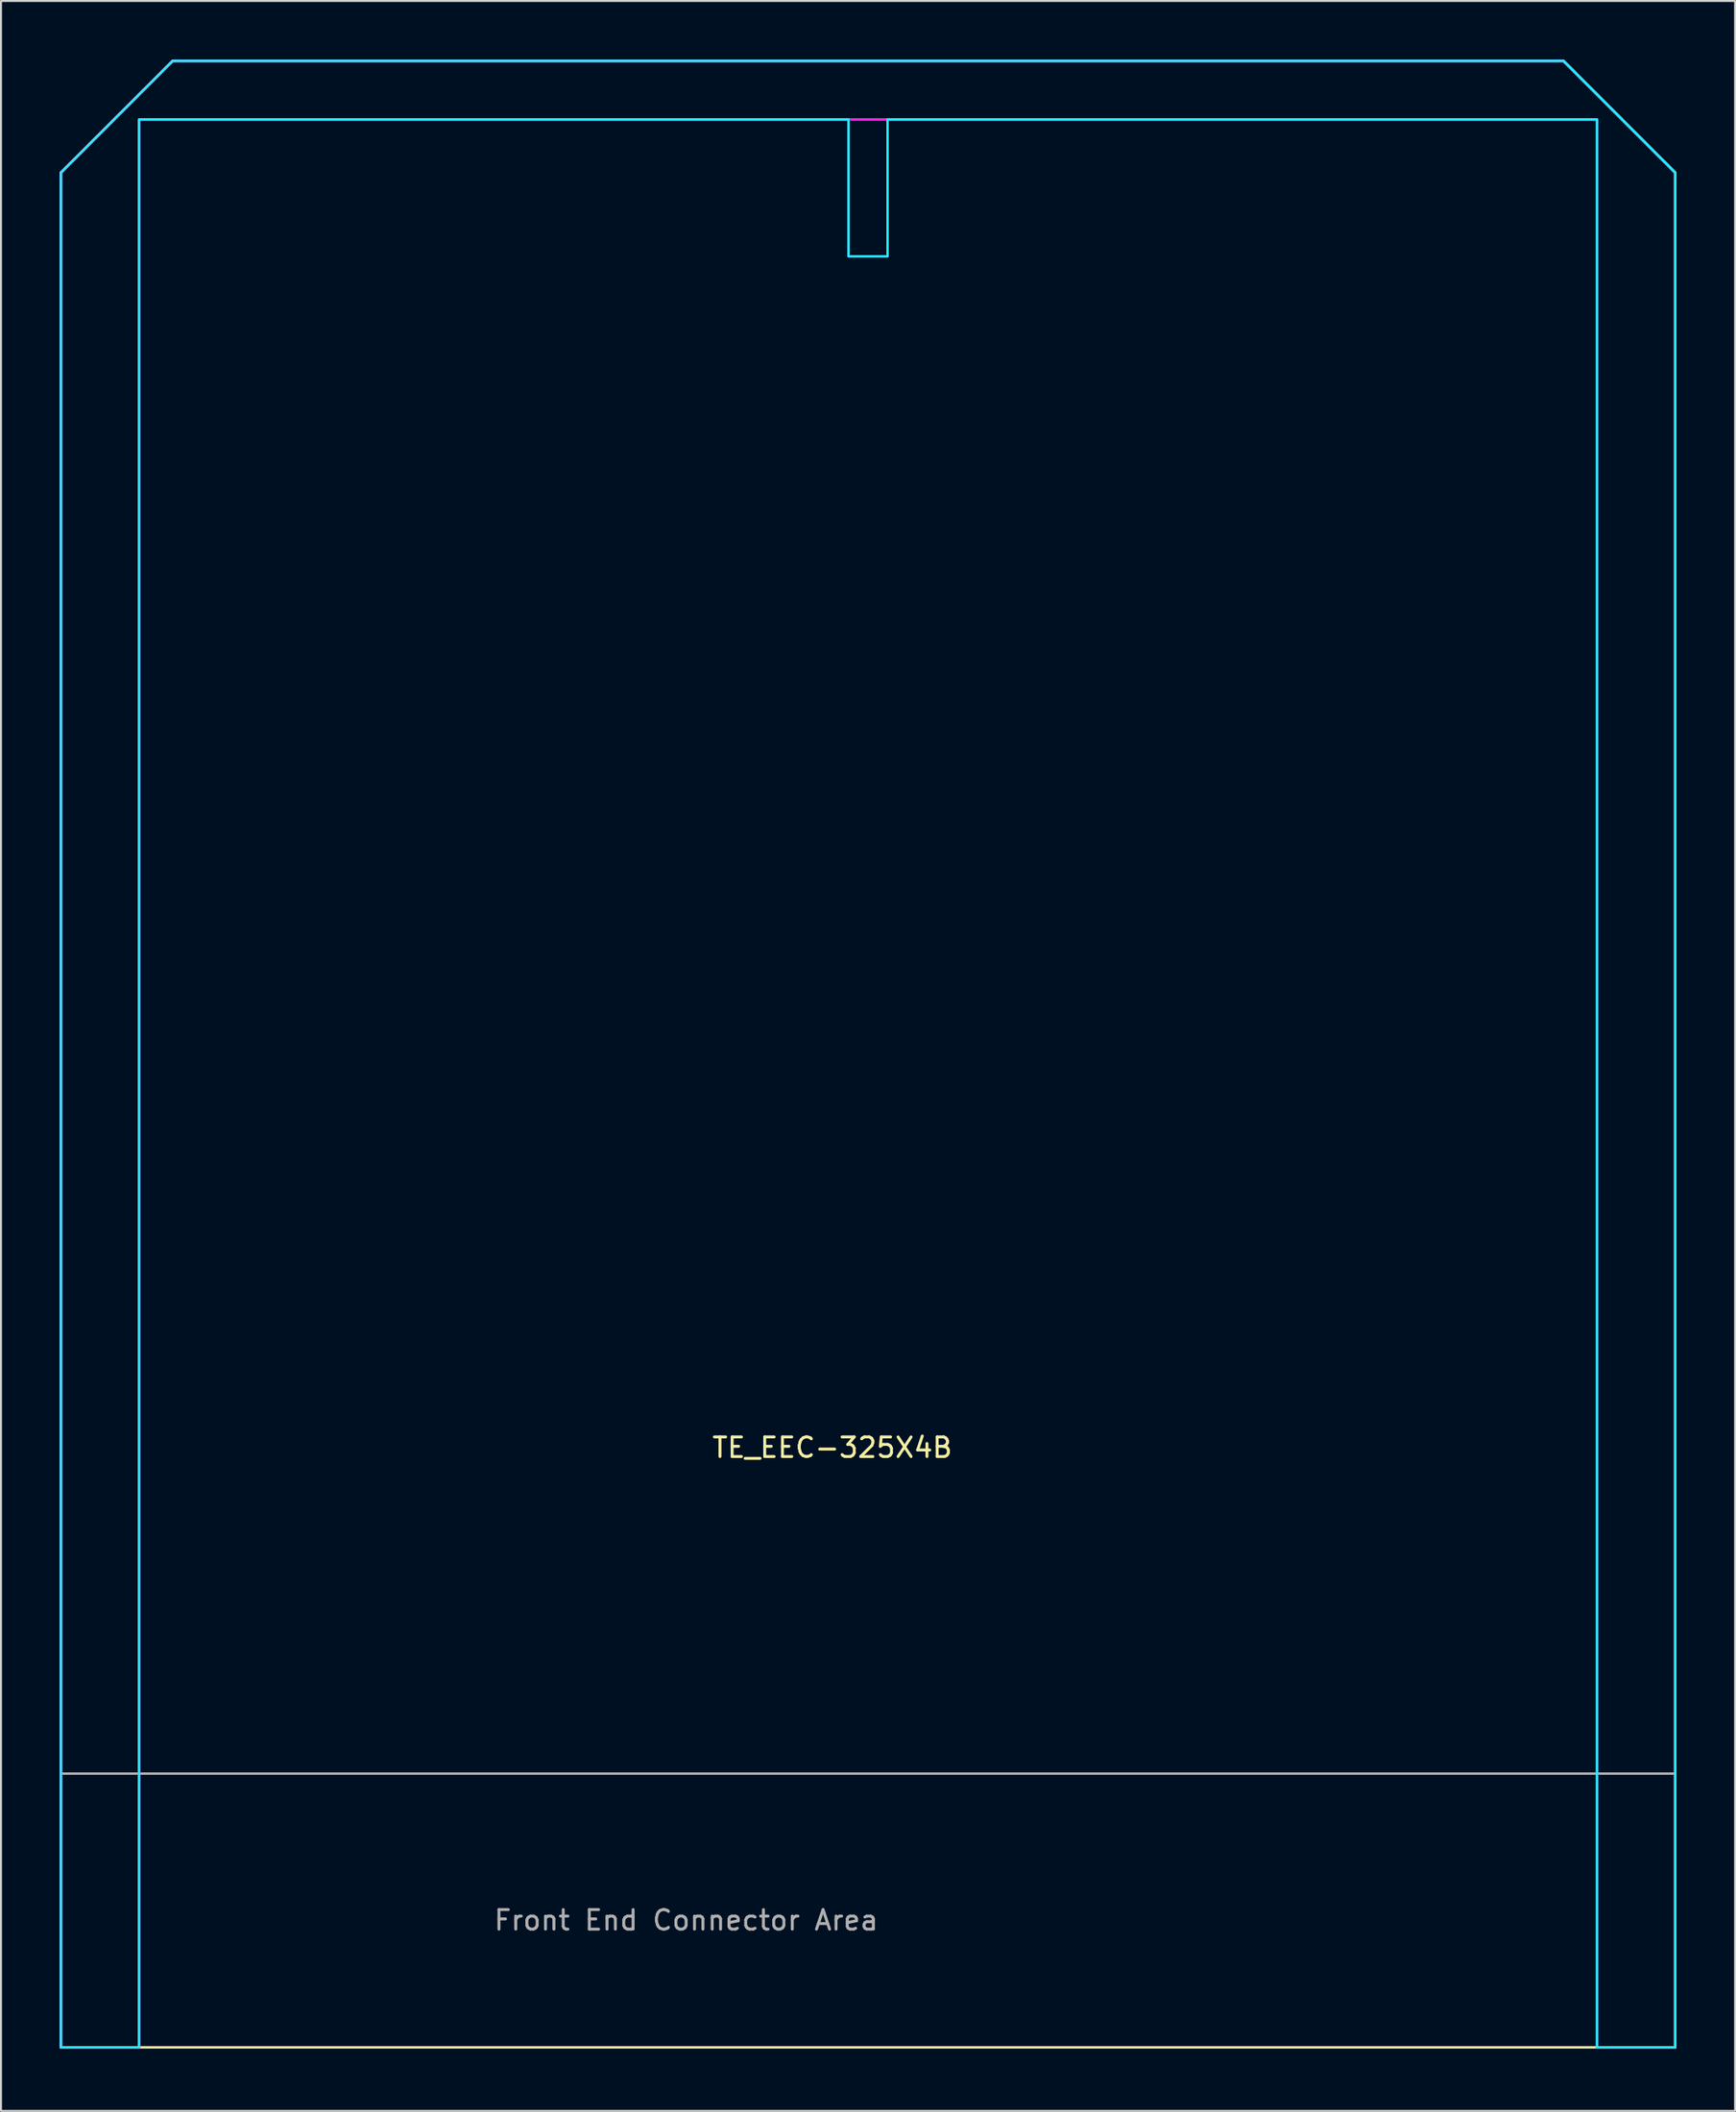
<source format=kicad_pcb>
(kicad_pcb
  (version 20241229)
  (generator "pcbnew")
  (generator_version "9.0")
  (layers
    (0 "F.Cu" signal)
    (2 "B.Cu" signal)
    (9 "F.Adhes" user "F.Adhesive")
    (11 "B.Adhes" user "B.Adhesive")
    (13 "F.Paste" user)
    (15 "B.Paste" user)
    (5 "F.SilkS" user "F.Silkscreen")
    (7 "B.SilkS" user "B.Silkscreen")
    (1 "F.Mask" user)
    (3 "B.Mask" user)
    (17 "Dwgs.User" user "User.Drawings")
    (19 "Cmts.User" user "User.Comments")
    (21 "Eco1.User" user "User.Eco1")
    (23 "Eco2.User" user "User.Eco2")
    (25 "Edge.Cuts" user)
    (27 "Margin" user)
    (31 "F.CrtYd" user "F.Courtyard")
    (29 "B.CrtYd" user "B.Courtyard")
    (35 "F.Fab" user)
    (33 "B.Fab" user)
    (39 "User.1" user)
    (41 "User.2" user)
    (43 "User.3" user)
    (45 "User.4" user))
  (footprint "TE_EEC-325X4B"
    (layer "F.Cu")
    (at 41.339 101.663)
    (property "Reference" "TE_EEC-325X4B" (at -1.827 -30.674 0) (layer "F.SilkS") (effects (font (size 1.001 1.001) (thickness 0.15))))
    (attr smd)
    (fp_line (start -41.275 0) (end -41.275 -95.885) (stroke (width 0.127) (type solid)) (layer "F.SilkS"))
    (fp_line (start -35.56 -101.6) (end -41.275 -95.885) (stroke (width 0.127) (type solid)) (layer "F.SilkS"))
    (fp_line (start -35.56 -101.6) (end 35.56 -101.6) (stroke (width 0.127) (type solid)) (layer "F.SilkS"))
    (fp_line (start 41.275 -95.885) (end 35.56 -101.6) (stroke (width 0.127) (type solid)) (layer "F.SilkS"))
    (fp_line (start 41.275 -95.885) (end 41.275 0) (stroke (width 0.127) (type solid)) (layer "F.SilkS"))
    (fp_line (start 41.275 0) (end -41.275 0) (stroke (width 0.127) (type solid)) (layer "F.SilkS"))
    (fp_poly (pts (xy -41.275 0) (xy -37.275 0) (xy -37.275 -98.6) (xy -1 -98.6) (xy -1 -91.6) (xy 1 -91.6) (xy 1 -98.6) (xy 37.275 -98.6) (xy 37.275 0) (xy 41.275 0) (xy 41.275 -95.885) (xy 35.56 -101.6) (xy -35.56 -101.6) (xy -41.275 -95.885)) (stroke (width 0.127) (type solid)) (fill no) (layer "B.CrtYd"))
    (fp_poly (pts (xy -41.275 0) (xy -37.275 0) (xy -37.275 -98.6) (xy 37.275 -98.6) (xy 37.275 0) (xy 41.275 0) (xy 41.275 -95.885) (xy 35.56 -101.6) (xy -35.56 -101.6) (xy -41.275 -95.885)) (stroke (width 0.127) (type solid)) (fill no) (layer "F.CrtYd"))
    (fp_line (start -41.275 -14) (end 41.275 -14) (stroke (width 0.127) (type solid)) (layer "F.Fab"))
    (fp_text user "Front End Connector Area" (at -9.302 -6.502 0) (layer "F.Fab") (effects (font (size 1 1) (thickness 0.15)))))
  (gr_rect
    (start -3 -3)
    (end 85.677 104.913)
    (stroke (width 0.1) (type default))
    (fill no)
    (layer "Edge.Cuts")))
</source>
